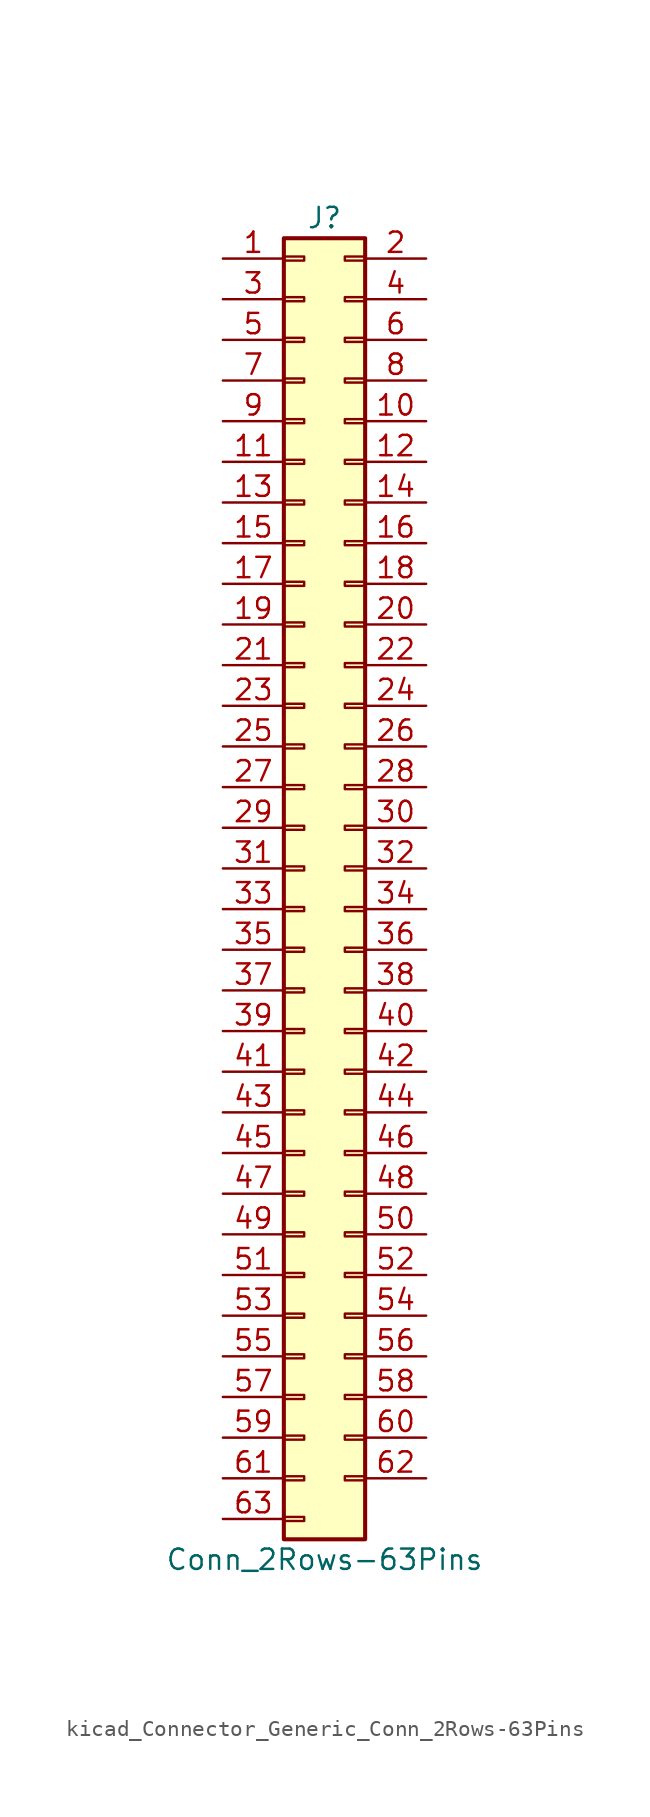
<source format=kicad_sym>
(kicad_symbol_lib
  (version 20220914)
  (generator kicad_symbol_editor)
  (symbol "kicad_Connector_Generic_Conn_2Rows-63Pins"
    (pin_names
      (offset 1.016) hide)
    (property "Reference" "J"
      (at 1.27 40.64 0)
      (effects (font (size 1.27 1.27))))
    (property "Value" "Conn_2Rows-63Pins"
      (at 1.27 -43.18 0)
      (effects (font (size 1.27 1.27))))
    (symbol "kicad_Connector_Generic_Conn_2Rows-63Pins_1_1"
      (rectangle (start -1.27 -40.513) (end 0 -40.767) (stroke (width 0.152) (type default)) (fill (type none)))
      (rectangle (start -1.27 -37.973) (end 0 -38.227) (stroke (width 0.152) (type default)) (fill (type none)))
      (rectangle (start -1.27 -35.433) (end 0 -35.687) (stroke (width 0.152) (type default)) (fill (type none)))
      (rectangle (start -1.27 -32.893) (end 0 -33.147) (stroke (width 0.152) (type default)) (fill (type none)))
      (rectangle (start -1.27 -30.353) (end 0 -30.607) (stroke (width 0.152) (type default)) (fill (type none)))
      (rectangle (start -1.27 -27.813) (end 0 -28.067) (stroke (width 0.152) (type default)) (fill (type none)))
      (rectangle (start -1.27 -25.273) (end 0 -25.527) (stroke (width 0.152) (type default)) (fill (type none)))
      (rectangle (start -1.27 -22.733) (end 0 -22.987) (stroke (width 0.152) (type default)) (fill (type none)))
      (rectangle (start -1.27 -20.193) (end 0 -20.447) (stroke (width 0.152) (type default)) (fill (type none)))
      (rectangle (start -1.27 -17.653) (end 0 -17.907) (stroke (width 0.152) (type default)) (fill (type none)))
      (rectangle (start -1.27 -15.113) (end 0 -15.367) (stroke (width 0.152) (type default)) (fill (type none)))
      (rectangle (start -1.27 -12.573) (end 0 -12.827) (stroke (width 0.152) (type default)) (fill (type none)))
      (rectangle (start -1.27 -10.033) (end 0 -10.287) (stroke (width 0.152) (type default)) (fill (type none)))
      (rectangle (start -1.27 -7.493) (end 0 -7.747) (stroke (width 0.152) (type default)) (fill (type none)))
      (rectangle (start -1.27 -4.953) (end 0 -5.207) (stroke (width 0.152) (type default)) (fill (type none)))
      (rectangle (start -1.27 -2.413) (end 0 -2.667) (stroke (width 0.152) (type default)) (fill (type none)))
      (rectangle (start -1.27 0.127) (end 0 -0.127) (stroke (width 0.152) (type default)) (fill (type none)))
      (rectangle (start -1.27 2.667) (end 0 2.413) (stroke (width 0.152) (type default)) (fill (type none)))
      (rectangle (start -1.27 5.207) (end 0 4.953) (stroke (width 0.152) (type default)) (fill (type none)))
      (rectangle (start -1.27 7.747) (end 0 7.493) (stroke (width 0.152) (type default)) (fill (type none)))
      (rectangle (start -1.27 10.287) (end 0 10.033) (stroke (width 0.152) (type default)) (fill (type none)))
      (rectangle (start -1.27 12.827) (end 0 12.573) (stroke (width 0.152) (type default)) (fill (type none)))
      (rectangle (start -1.27 15.367) (end 0 15.113) (stroke (width 0.152) (type default)) (fill (type none)))
      (rectangle (start -1.27 17.907) (end 0 17.653) (stroke (width 0.152) (type default)) (fill (type none)))
      (rectangle (start -1.27 20.447) (end 0 20.193) (stroke (width 0.152) (type default)) (fill (type none)))
      (rectangle (start -1.27 22.987) (end 0 22.733) (stroke (width 0.152) (type default)) (fill (type none)))
      (rectangle (start -1.27 25.527) (end 0 25.273) (stroke (width 0.152) (type default)) (fill (type none)))
      (rectangle (start -1.27 28.067) (end 0 27.813) (stroke (width 0.152) (type default)) (fill (type none)))
      (rectangle (start -1.27 30.607) (end 0 30.353) (stroke (width 0.152) (type default)) (fill (type none)))
      (rectangle (start -1.27 33.147) (end 0 32.893) (stroke (width 0.152) (type default)) (fill (type none)))
      (rectangle (start -1.27 35.687) (end 0 35.433) (stroke (width 0.152) (type default)) (fill (type none)))
      (rectangle (start -1.27 38.227) (end 0 37.973) (stroke (width 0.152) (type default)) (fill (type none)))
      (rectangle (start -1.27 39.37) (end 3.81 -41.91) (stroke (width 0.254) (type default)) (fill (type background)))
      (rectangle (start 3.81 -37.973) (end 2.54 -38.227) (stroke (width 0.152) (type default)) (fill (type none)))
      (rectangle (start 3.81 -35.433) (end 2.54 -35.687) (stroke (width 0.152) (type default)) (fill (type none)))
      (rectangle (start 3.81 -32.893) (end 2.54 -33.147) (stroke (width 0.152) (type default)) (fill (type none)))
      (rectangle (start 3.81 -30.353) (end 2.54 -30.607) (stroke (width 0.152) (type default)) (fill (type none)))
      (rectangle (start 3.81 -27.813) (end 2.54 -28.067) (stroke (width 0.152) (type default)) (fill (type none)))
      (rectangle (start 3.81 -25.273) (end 2.54 -25.527) (stroke (width 0.152) (type default)) (fill (type none)))
      (rectangle (start 3.81 -22.733) (end 2.54 -22.987) (stroke (width 0.152) (type default)) (fill (type none)))
      (rectangle (start 3.81 -20.193) (end 2.54 -20.447) (stroke (width 0.152) (type default)) (fill (type none)))
      (rectangle (start 3.81 -17.653) (end 2.54 -17.907) (stroke (width 0.152) (type default)) (fill (type none)))
      (rectangle (start 3.81 -15.113) (end 2.54 -15.367) (stroke (width 0.152) (type default)) (fill (type none)))
      (rectangle (start 3.81 -12.573) (end 2.54 -12.827) (stroke (width 0.152) (type default)) (fill (type none)))
      (rectangle (start 3.81 -10.033) (end 2.54 -10.287) (stroke (width 0.152) (type default)) (fill (type none)))
      (rectangle (start 3.81 -7.493) (end 2.54 -7.747) (stroke (width 0.152) (type default)) (fill (type none)))
      (rectangle (start 3.81 -4.953) (end 2.54 -5.207) (stroke (width 0.152) (type default)) (fill (type none)))
      (rectangle (start 3.81 -2.413) (end 2.54 -2.667) (stroke (width 0.152) (type default)) (fill (type none)))
      (rectangle (start 3.81 0.127) (end 2.54 -0.127) (stroke (width 0.152) (type default)) (fill (type none)))
      (rectangle (start 3.81 2.667) (end 2.54 2.413) (stroke (width 0.152) (type default)) (fill (type none)))
      (rectangle (start 3.81 5.207) (end 2.54 4.953) (stroke (width 0.152) (type default)) (fill (type none)))
      (rectangle (start 3.81 7.747) (end 2.54 7.493) (stroke (width 0.152) (type default)) (fill (type none)))
      (rectangle (start 3.81 10.287) (end 2.54 10.033) (stroke (width 0.152) (type default)) (fill (type none)))
      (rectangle (start 3.81 12.827) (end 2.54 12.573) (stroke (width 0.152) (type default)) (fill (type none)))
      (rectangle (start 3.81 15.367) (end 2.54 15.113) (stroke (width 0.152) (type default)) (fill (type none)))
      (rectangle (start 3.81 17.907) (end 2.54 17.653) (stroke (width 0.152) (type default)) (fill (type none)))
      (rectangle (start 3.81 20.447) (end 2.54 20.193) (stroke (width 0.152) (type default)) (fill (type none)))
      (rectangle (start 3.81 22.987) (end 2.54 22.733) (stroke (width 0.152) (type default)) (fill (type none)))
      (rectangle (start 3.81 25.527) (end 2.54 25.273) (stroke (width 0.152) (type default)) (fill (type none)))
      (rectangle (start 3.81 28.067) (end 2.54 27.813) (stroke (width 0.152) (type default)) (fill (type none)))
      (rectangle (start 3.81 30.607) (end 2.54 30.353) (stroke (width 0.152) (type default)) (fill (type none)))
      (rectangle (start 3.81 33.147) (end 2.54 32.893) (stroke (width 0.152) (type default)) (fill (type none)))
      (rectangle (start 3.81 35.687) (end 2.54 35.433) (stroke (width 0.152) (type default)) (fill (type none)))
      (rectangle (start 3.81 38.227) (end 2.54 37.973) (stroke (width 0.152) (type default)) (fill (type none)))
      (pin passive line (at -5.08 38.1 0) (length 3.81) (name "Pin_1" (effects (font (size 1.27 1.27)))) (number "1" (effects (font (size 1.27 1.27)))))
      (pin passive line (at 7.62 27.94 180) (length 3.81) (name "Pin_10" (effects (font (size 1.27 1.27)))) (number "10" (effects (font (size 1.27 1.27)))))
      (pin passive line (at -5.08 25.4 0) (length 3.81) (name "Pin_11" (effects (font (size 1.27 1.27)))) (number "11" (effects (font (size 1.27 1.27)))))
      (pin passive line (at 7.62 25.4 180) (length 3.81) (name "Pin_12" (effects (font (size 1.27 1.27)))) (number "12" (effects (font (size 1.27 1.27)))))
      (pin passive line (at -5.08 22.86 0) (length 3.81) (name "Pin_13" (effects (font (size 1.27 1.27)))) (number "13" (effects (font (size 1.27 1.27)))))
      (pin passive line (at 7.62 22.86 180) (length 3.81) (name "Pin_14" (effects (font (size 1.27 1.27)))) (number "14" (effects (font (size 1.27 1.27)))))
      (pin passive line (at -5.08 20.32 0) (length 3.81) (name "Pin_15" (effects (font (size 1.27 1.27)))) (number "15" (effects (font (size 1.27 1.27)))))
      (pin passive line (at 7.62 20.32 180) (length 3.81) (name "Pin_16" (effects (font (size 1.27 1.27)))) (number "16" (effects (font (size 1.27 1.27)))))
      (pin passive line (at -5.08 17.78 0) (length 3.81) (name "Pin_17" (effects (font (size 1.27 1.27)))) (number "17" (effects (font (size 1.27 1.27)))))
      (pin passive line (at 7.62 17.78 180) (length 3.81) (name "Pin_18" (effects (font (size 1.27 1.27)))) (number "18" (effects (font (size 1.27 1.27)))))
      (pin passive line (at -5.08 15.24 0) (length 3.81) (name "Pin_19" (effects (font (size 1.27 1.27)))) (number "19" (effects (font (size 1.27 1.27)))))
      (pin passive line (at 7.62 38.1 180) (length 3.81) (name "Pin_2" (effects (font (size 1.27 1.27)))) (number "2" (effects (font (size 1.27 1.27)))))
      (pin passive line (at 7.62 15.24 180) (length 3.81) (name "Pin_20" (effects (font (size 1.27 1.27)))) (number "20" (effects (font (size 1.27 1.27)))))
      (pin passive line (at -5.08 12.7 0) (length 3.81) (name "Pin_21" (effects (font (size 1.27 1.27)))) (number "21" (effects (font (size 1.27 1.27)))))
      (pin passive line (at 7.62 12.7 180) (length 3.81) (name "Pin_22" (effects (font (size 1.27 1.27)))) (number "22" (effects (font (size 1.27 1.27)))))
      (pin passive line (at -5.08 10.16 0) (length 3.81) (name "Pin_23" (effects (font (size 1.27 1.27)))) (number "23" (effects (font (size 1.27 1.27)))))
      (pin passive line (at 7.62 10.16 180) (length 3.81) (name "Pin_24" (effects (font (size 1.27 1.27)))) (number "24" (effects (font (size 1.27 1.27)))))
      (pin passive line (at -5.08 7.62 0) (length 3.81) (name "Pin_25" (effects (font (size 1.27 1.27)))) (number "25" (effects (font (size 1.27 1.27)))))
      (pin passive line (at 7.62 7.62 180) (length 3.81) (name "Pin_26" (effects (font (size 1.27 1.27)))) (number "26" (effects (font (size 1.27 1.27)))))
      (pin passive line (at -5.08 5.08 0) (length 3.81) (name "Pin_27" (effects (font (size 1.27 1.27)))) (number "27" (effects (font (size 1.27 1.27)))))
      (pin passive line (at 7.62 5.08 180) (length 3.81) (name "Pin_28" (effects (font (size 1.27 1.27)))) (number "28" (effects (font (size 1.27 1.27)))))
      (pin passive line (at -5.08 2.54 0) (length 3.81) (name "Pin_29" (effects (font (size 1.27 1.27)))) (number "29" (effects (font (size 1.27 1.27)))))
      (pin passive line (at -5.08 35.56 0) (length 3.81) (name "Pin_3" (effects (font (size 1.27 1.27)))) (number "3" (effects (font (size 1.27 1.27)))))
      (pin passive line (at 7.62 2.54 180) (length 3.81) (name "Pin_30" (effects (font (size 1.27 1.27)))) (number "30" (effects (font (size 1.27 1.27)))))
      (pin passive line (at -5.08 0 0) (length 3.81) (name "Pin_31" (effects (font (size 1.27 1.27)))) (number "31" (effects (font (size 1.27 1.27)))))
      (pin passive line (at 7.62 0 180) (length 3.81) (name "Pin_32" (effects (font (size 1.27 1.27)))) (number "32" (effects (font (size 1.27 1.27)))))
      (pin passive line (at -5.08 -2.54 0) (length 3.81) (name "Pin_33" (effects (font (size 1.27 1.27)))) (number "33" (effects (font (size 1.27 1.27)))))
      (pin passive line (at 7.62 -2.54 180) (length 3.81) (name "Pin_34" (effects (font (size 1.27 1.27)))) (number "34" (effects (font (size 1.27 1.27)))))
      (pin passive line (at -5.08 -5.08 0) (length 3.81) (name "Pin_35" (effects (font (size 1.27 1.27)))) (number "35" (effects (font (size 1.27 1.27)))))
      (pin passive line (at 7.62 -5.08 180) (length 3.81) (name "Pin_36" (effects (font (size 1.27 1.27)))) (number "36" (effects (font (size 1.27 1.27)))))
      (pin passive line (at -5.08 -7.62 0) (length 3.81) (name "Pin_37" (effects (font (size 1.27 1.27)))) (number "37" (effects (font (size 1.27 1.27)))))
      (pin passive line (at 7.62 -7.62 180) (length 3.81) (name "Pin_38" (effects (font (size 1.27 1.27)))) (number "38" (effects (font (size 1.27 1.27)))))
      (pin passive line (at -5.08 -10.16 0) (length 3.81) (name "Pin_39" (effects (font (size 1.27 1.27)))) (number "39" (effects (font (size 1.27 1.27)))))
      (pin passive line (at 7.62 35.56 180) (length 3.81) (name "Pin_4" (effects (font (size 1.27 1.27)))) (number "4" (effects (font (size 1.27 1.27)))))
      (pin passive line (at 7.62 -10.16 180) (length 3.81) (name "Pin_40" (effects (font (size 1.27 1.27)))) (number "40" (effects (font (size 1.27 1.27)))))
      (pin passive line (at -5.08 -12.7 0) (length 3.81) (name "Pin_41" (effects (font (size 1.27 1.27)))) (number "41" (effects (font (size 1.27 1.27)))))
      (pin passive line (at 7.62 -12.7 180) (length 3.81) (name "Pin_42" (effects (font (size 1.27 1.27)))) (number "42" (effects (font (size 1.27 1.27)))))
      (pin passive line (at -5.08 -15.24 0) (length 3.81) (name "Pin_43" (effects (font (size 1.27 1.27)))) (number "43" (effects (font (size 1.27 1.27)))))
      (pin passive line (at 7.62 -15.24 180) (length 3.81) (name "Pin_44" (effects (font (size 1.27 1.27)))) (number "44" (effects (font (size 1.27 1.27)))))
      (pin passive line (at -5.08 -17.78 0) (length 3.81) (name "Pin_45" (effects (font (size 1.27 1.27)))) (number "45" (effects (font (size 1.27 1.27)))))
      (pin passive line (at 7.62 -17.78 180) (length 3.81) (name "Pin_46" (effects (font (size 1.27 1.27)))) (number "46" (effects (font (size 1.27 1.27)))))
      (pin passive line (at -5.08 -20.32 0) (length 3.81) (name "Pin_47" (effects (font (size 1.27 1.27)))) (number "47" (effects (font (size 1.27 1.27)))))
      (pin passive line (at 7.62 -20.32 180) (length 3.81) (name "Pin_48" (effects (font (size 1.27 1.27)))) (number "48" (effects (font (size 1.27 1.27)))))
      (pin passive line (at -5.08 -22.86 0) (length 3.81) (name "Pin_49" (effects (font (size 1.27 1.27)))) (number "49" (effects (font (size 1.27 1.27)))))
      (pin passive line (at -5.08 33.02 0) (length 3.81) (name "Pin_5" (effects (font (size 1.27 1.27)))) (number "5" (effects (font (size 1.27 1.27)))))
      (pin passive line (at 7.62 -22.86 180) (length 3.81) (name "Pin_50" (effects (font (size 1.27 1.27)))) (number "50" (effects (font (size 1.27 1.27)))))
      (pin passive line (at -5.08 -25.4 0) (length 3.81) (name "Pin_51" (effects (font (size 1.27 1.27)))) (number "51" (effects (font (size 1.27 1.27)))))
      (pin passive line (at 7.62 -25.4 180) (length 3.81) (name "Pin_52" (effects (font (size 1.27 1.27)))) (number "52" (effects (font (size 1.27 1.27)))))
      (pin passive line (at -5.08 -27.94 0) (length 3.81) (name "Pin_53" (effects (font (size 1.27 1.27)))) (number "53" (effects (font (size 1.27 1.27)))))
      (pin passive line (at 7.62 -27.94 180) (length 3.81) (name "Pin_54" (effects (font (size 1.27 1.27)))) (number "54" (effects (font (size 1.27 1.27)))))
      (pin passive line (at -5.08 -30.48 0) (length 3.81) (name "Pin_55" (effects (font (size 1.27 1.27)))) (number "55" (effects (font (size 1.27 1.27)))))
      (pin passive line (at 7.62 -30.48 180) (length 3.81) (name "Pin_56" (effects (font (size 1.27 1.27)))) (number "56" (effects (font (size 1.27 1.27)))))
      (pin passive line (at -5.08 -33.02 0) (length 3.81) (name "Pin_57" (effects (font (size 1.27 1.27)))) (number "57" (effects (font (size 1.27 1.27)))))
      (pin passive line (at 7.62 -33.02 180) (length 3.81) (name "Pin_58" (effects (font (size 1.27 1.27)))) (number "58" (effects (font (size 1.27 1.27)))))
      (pin passive line (at -5.08 -35.56 0) (length 3.81) (name "Pin_59" (effects (font (size 1.27 1.27)))) (number "59" (effects (font (size 1.27 1.27)))))
      (pin passive line (at 7.62 33.02 180) (length 3.81) (name "Pin_6" (effects (font (size 1.27 1.27)))) (number "6" (effects (font (size 1.27 1.27)))))
      (pin passive line (at 7.62 -35.56 180) (length 3.81) (name "Pin_60" (effects (font (size 1.27 1.27)))) (number "60" (effects (font (size 1.27 1.27)))))
      (pin passive line (at -5.08 -38.1 0) (length 3.81) (name "Pin_61" (effects (font (size 1.27 1.27)))) (number "61" (effects (font (size 1.27 1.27)))))
      (pin passive line (at 7.62 -38.1 180) (length 3.81) (name "Pin_62" (effects (font (size 1.27 1.27)))) (number "62" (effects (font (size 1.27 1.27)))))
      (pin passive line (at -5.08 -40.64 0) (length 3.81) (name "Pin_63" (effects (font (size 1.27 1.27)))) (number "63" (effects (font (size 1.27 1.27)))))
      (pin passive line (at -5.08 30.48 0) (length 3.81) (name "Pin_7" (effects (font (size 1.27 1.27)))) (number "7" (effects (font (size 1.27 1.27)))))
      (pin passive line (at 7.62 30.48 180) (length 3.81) (name "Pin_8" (effects (font (size 1.27 1.27)))) (number "8" (effects (font (size 1.27 1.27)))))
      (pin passive line (at -5.08 27.94 0) (length 3.81) (name "Pin_9" (effects (font (size 1.27 1.27)))) (number "9" (effects (font (size 1.27 1.27))))))))
</source>
